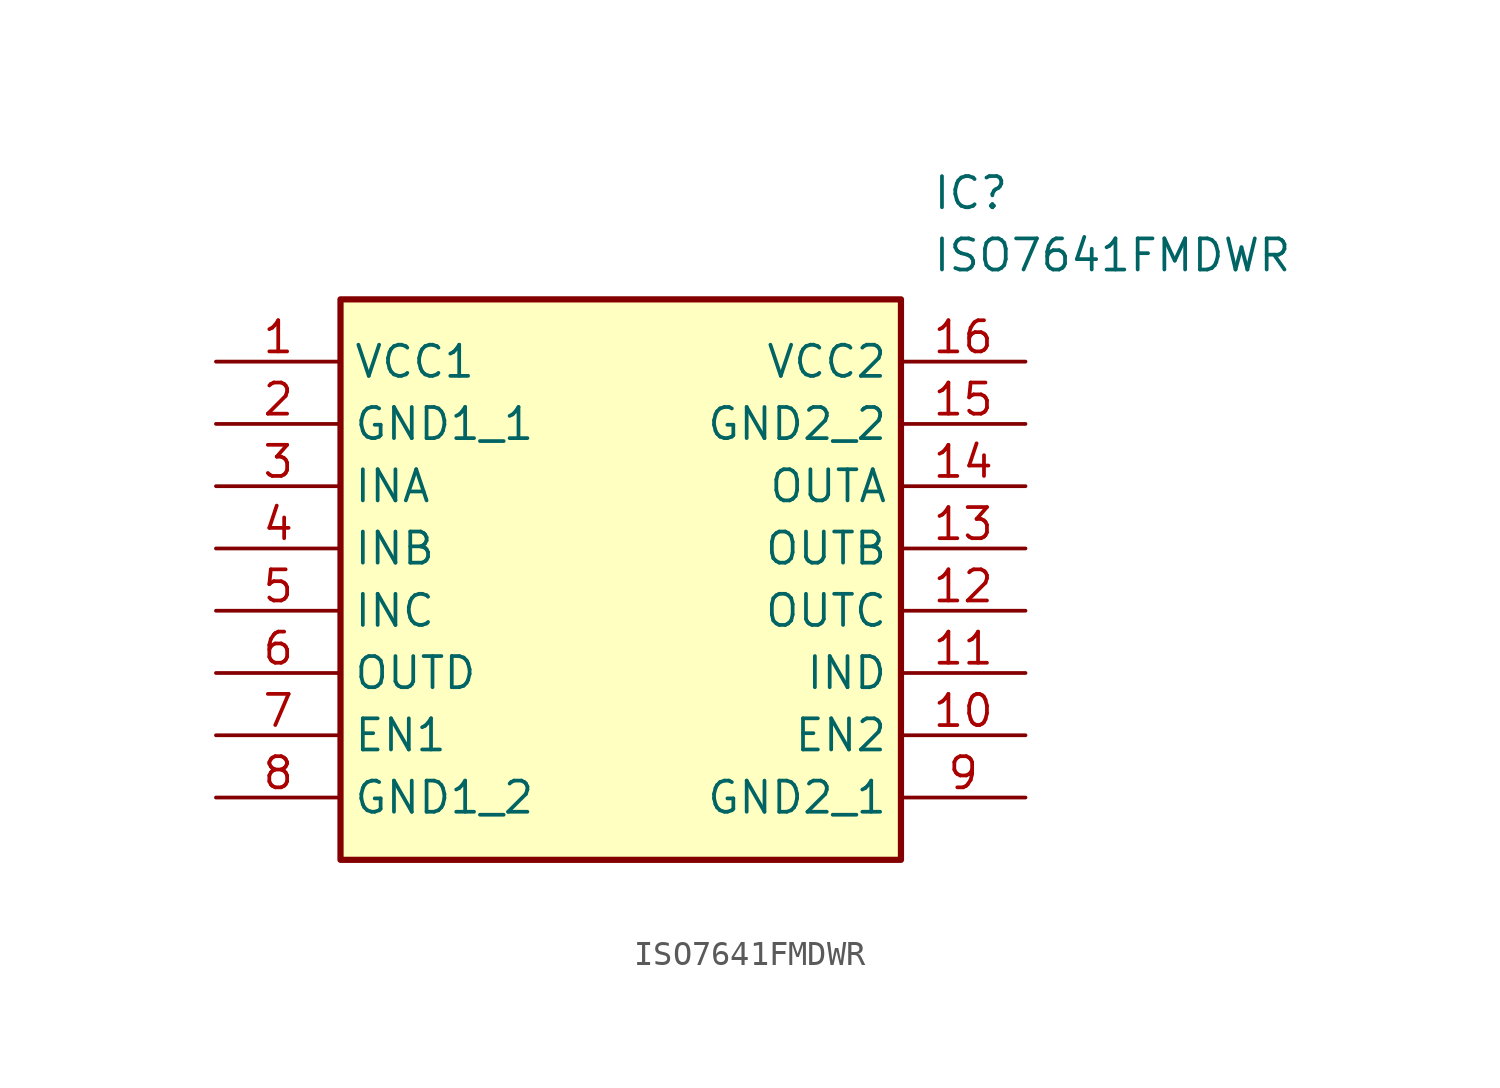
<source format=kicad_sym>
(kicad_symbol_lib
  (version 20211014)
  (generator SamacSys_ECAD_Model)
  (symbol "ISO7641FMDWR"
    (property "Reference" "IC"
      (at 29.21 7.62 0)
      (effects (font (size 1.27 1.27)) (justify left top)))
    (property "Value" "ISO7641FMDWR"
      (at 29.21 5.08 0)
      (effects (font (size 1.27 1.27)) (justify left top)))
    (rectangle
      (start 5.08 2.54)
      (end 27.94 -20.32)
      (stroke (width 0.254) (type default))
      (fill (type background)))
    (pin passive line
      (at 0 0 0)
      (length 5.08)
      (name "VCC1" (effects (font (size 1.27 1.27))))
      (number "1" (effects (font (size 1.27 1.27)))))
    (pin passive line
      (at 0 -2.54 0)
      (length 5.08)
      (name "GND1_1" (effects (font (size 1.27 1.27))))
      (number "2" (effects (font (size 1.27 1.27)))))
    (pin passive line
      (at 0 -5.08 0)
      (length 5.08)
      (name "INA" (effects (font (size 1.27 1.27))))
      (number "3" (effects (font (size 1.27 1.27)))))
    (pin passive line
      (at 0 -7.62 0)
      (length 5.08)
      (name "INB" (effects (font (size 1.27 1.27))))
      (number "4" (effects (font (size 1.27 1.27)))))
    (pin passive line
      (at 0 -10.16 0)
      (length 5.08)
      (name "INC" (effects (font (size 1.27 1.27))))
      (number "5" (effects (font (size 1.27 1.27)))))
    (pin passive line
      (at 0 -12.7 0)
      (length 5.08)
      (name "OUTD" (effects (font (size 1.27 1.27))))
      (number "6" (effects (font (size 1.27 1.27)))))
    (pin passive line
      (at 0 -15.24 0)
      (length 5.08)
      (name "EN1" (effects (font (size 1.27 1.27))))
      (number "7" (effects (font (size 1.27 1.27)))))
    (pin passive line
      (at 0 -17.78 0)
      (length 5.08)
      (name "GND1_2" (effects (font (size 1.27 1.27))))
      (number "8" (effects (font (size 1.27 1.27)))))
    (pin passive line
      (at 33.02 0 180)
      (length 5.08)
      (name "VCC2" (effects (font (size 1.27 1.27))))
      (number "16" (effects (font (size 1.27 1.27)))))
    (pin passive line
      (at 33.02 -2.54 180)
      (length 5.08)
      (name "GND2_2" (effects (font (size 1.27 1.27))))
      (number "15" (effects (font (size 1.27 1.27)))))
    (pin passive line
      (at 33.02 -5.08 180)
      (length 5.08)
      (name "OUTA" (effects (font (size 1.27 1.27))))
      (number "14" (effects (font (size 1.27 1.27)))))
    (pin passive line
      (at 33.02 -7.62 180)
      (length 5.08)
      (name "OUTB" (effects (font (size 1.27 1.27))))
      (number "13" (effects (font (size 1.27 1.27)))))
    (pin passive line
      (at 33.02 -10.16 180)
      (length 5.08)
      (name "OUTC" (effects (font (size 1.27 1.27))))
      (number "12" (effects (font (size 1.27 1.27)))))
    (pin passive line
      (at 33.02 -12.7 180)
      (length 5.08)
      (name "IND" (effects (font (size 1.27 1.27))))
      (number "11" (effects (font (size 1.27 1.27)))))
    (pin passive line
      (at 33.02 -15.24 180)
      (length 5.08)
      (name "EN2" (effects (font (size 1.27 1.27))))
      (number "10" (effects (font (size 1.27 1.27)))))
    (pin passive line
      (at 33.02 -17.78 180)
      (length 5.08)
      (name "GND2_1" (effects (font (size 1.27 1.27))))
      (number "9" (effects (font (size 1.27 1.27)))))))
</source>
